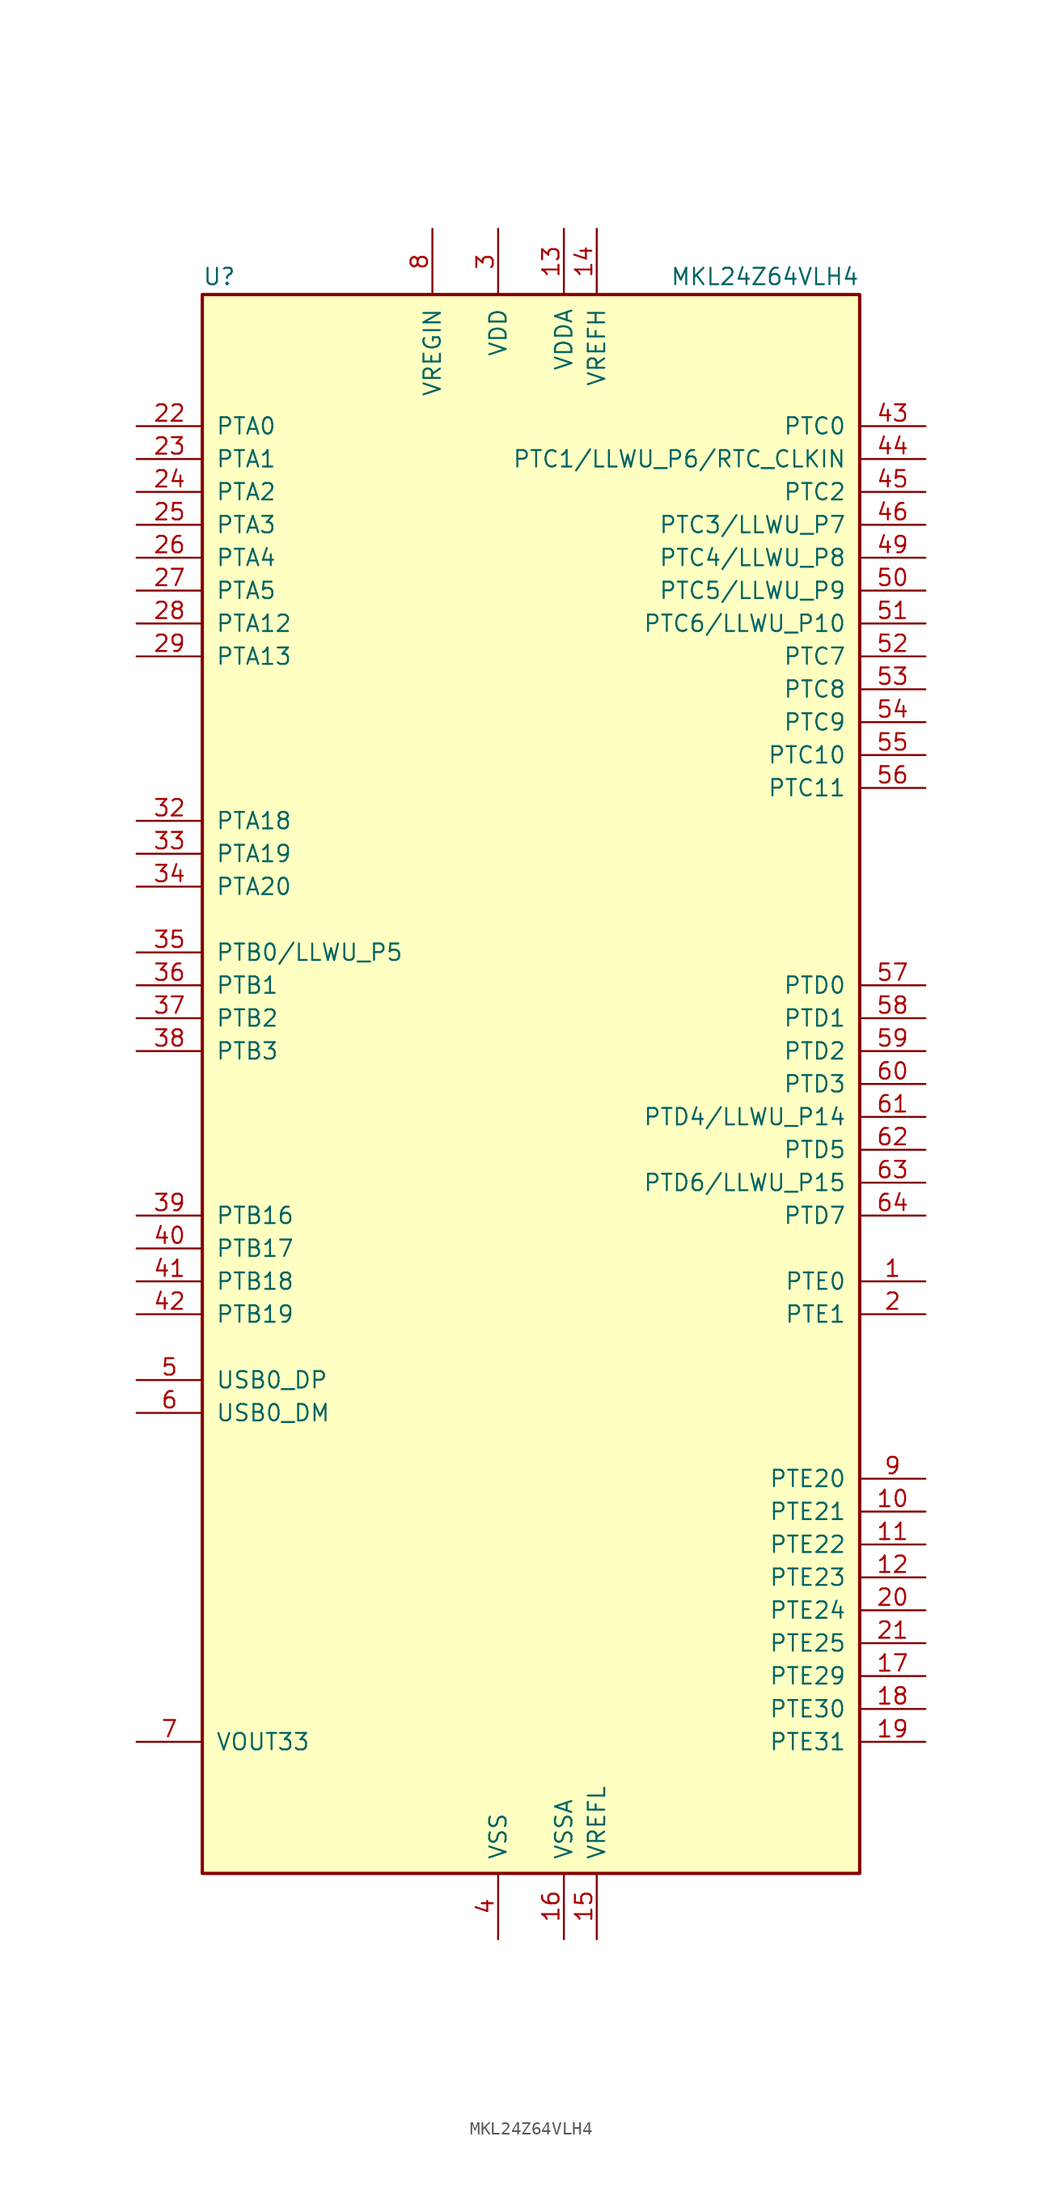
<source format=kicad_sym>
(kicad_symbol_lib
  (version 20231120)
  (generator "kicad_symbol_editor")
  (generator_version "8.0")
  (symbol "MKL24Z64VLH4"
    (pin_names
      (offset 1.016))
    (property "Reference" "U"
      (at -25.4 61.595 0)
      (effects (font (size 1.27 1.27)) (justify left bottom)))
    (property "Value" "MKL24Z64VLH4"
      (at 25.4 61.595 0)
      (effects (font (size 1.27 1.27)) (justify right bottom)))
    (symbol "MKL24Z64VLH4_0_1"
      (rectangle (start -25.4 60.96) (end 25.4 -60.96) (stroke (width 0.254) (type default)) (fill (type background))))
    (symbol "MKL24Z64VLH4_1_1"
      (pin bidirectional line (at 30.48 -15.24 180) (length 5.08) (name "PTE0" (effects (font (size 1.27 1.27)))) (number "1" (effects (font (size 1.27 1.27)))))
      (pin bidirectional line (at 30.48 -33.02 180) (length 5.08) (name "PTE21" (effects (font (size 1.27 1.27)))) (number "10" (effects (font (size 1.27 1.27)))))
      (pin bidirectional line (at 30.48 -35.56 180) (length 5.08) (name "PTE22" (effects (font (size 1.27 1.27)))) (number "11" (effects (font (size 1.27 1.27)))))
      (pin bidirectional line (at 30.48 -38.1 180) (length 5.08) (name "PTE23" (effects (font (size 1.27 1.27)))) (number "12" (effects (font (size 1.27 1.27)))))
      (pin power_in line (at 2.54 66.04 270) (length 5.08) (name "VDDA" (effects (font (size 1.27 1.27)))) (number "13" (effects (font (size 1.27 1.27)))))
      (pin power_in line (at 5.08 66.04 270) (length 5.08) (name "VREFH" (effects (font (size 1.27 1.27)))) (number "14" (effects (font (size 1.27 1.27)))))
      (pin power_in line (at 5.08 -66.04 90) (length 5.08) (name "VREFL" (effects (font (size 1.27 1.27)))) (number "15" (effects (font (size 1.27 1.27)))))
      (pin power_in line (at 2.54 -66.04 90) (length 5.08) (name "VSSA" (effects (font (size 1.27 1.27)))) (number "16" (effects (font (size 1.27 1.27)))))
      (pin bidirectional line (at 30.48 -45.72 180) (length 5.08) (name "PTE29" (effects (font (size 1.27 1.27)))) (number "17" (effects (font (size 1.27 1.27)))))
      (pin bidirectional line (at 30.48 -48.26 180) (length 5.08) (name "PTE30" (effects (font (size 1.27 1.27)))) (number "18" (effects (font (size 1.27 1.27)))))
      (pin bidirectional line (at 30.48 -50.8 180) (length 5.08) (name "PTE31" (effects (font (size 1.27 1.27)))) (number "19" (effects (font (size 1.27 1.27)))))
      (pin bidirectional line (at 30.48 -17.78 180) (length 5.08) (name "PTE1" (effects (font (size 1.27 1.27)))) (number "2" (effects (font (size 1.27 1.27)))))
      (pin bidirectional line (at 30.48 -40.64 180) (length 5.08) (name "PTE24" (effects (font (size 1.27 1.27)))) (number "20" (effects (font (size 1.27 1.27)))))
      (pin bidirectional line (at 30.48 -43.18 180) (length 5.08) (name "PTE25" (effects (font (size 1.27 1.27)))) (number "21" (effects (font (size 1.27 1.27)))))
      (pin bidirectional line (at -30.48 50.8 0) (length 5.08) (name "PTA0" (effects (font (size 1.27 1.27)))) (number "22" (effects (font (size 1.27 1.27)))))
      (pin bidirectional line (at -30.48 48.26 0) (length 5.08) (name "PTA1" (effects (font (size 1.27 1.27)))) (number "23" (effects (font (size 1.27 1.27)))))
      (pin bidirectional line (at -30.48 45.72 0) (length 5.08) (name "PTA2" (effects (font (size 1.27 1.27)))) (number "24" (effects (font (size 1.27 1.27)))))
      (pin bidirectional line (at -30.48 43.18 0) (length 5.08) (name "PTA3" (effects (font (size 1.27 1.27)))) (number "25" (effects (font (size 1.27 1.27)))))
      (pin bidirectional line (at -30.48 40.64 0) (length 5.08) (name "PTA4" (effects (font (size 1.27 1.27)))) (number "26" (effects (font (size 1.27 1.27)))))
      (pin bidirectional line (at -30.48 38.1 0) (length 5.08) (name "PTA5" (effects (font (size 1.27 1.27)))) (number "27" (effects (font (size 1.27 1.27)))))
      (pin bidirectional line (at -30.48 35.56 0) (length 5.08) (name "PTA12" (effects (font (size 1.27 1.27)))) (number "28" (effects (font (size 1.27 1.27)))))
      (pin bidirectional line (at -30.48 33.02 0) (length 5.08) (name "PTA13" (effects (font (size 1.27 1.27)))) (number "29" (effects (font (size 1.27 1.27)))))
      (pin power_in line (at -2.54 66.04 270) (length 5.08) (name "VDD" (effects (font (size 1.27 1.27)))) (number "3" (effects (font (size 1.27 1.27)))))
      (pin passive line (at -2.54 66.04 270) (length 5.08) hide (name "VDD" (effects (font (size 1.27 1.27)))) (number "30" (effects (font (size 1.27 1.27)))))
      (pin passive line (at -2.54 -66.04 90) (length 5.08) hide (name "VSS" (effects (font (size 1.27 1.27)))) (number "31" (effects (font (size 1.27 1.27)))))
      (pin bidirectional line (at -30.48 20.32 0) (length 5.08) (name "PTA18" (effects (font (size 1.27 1.27)))) (number "32" (effects (font (size 1.27 1.27)))))
      (pin bidirectional line (at -30.48 17.78 0) (length 5.08) (name "PTA19" (effects (font (size 1.27 1.27)))) (number "33" (effects (font (size 1.27 1.27)))))
      (pin bidirectional line (at -30.48 15.24 0) (length 5.08) (name "PTA20" (effects (font (size 1.27 1.27)))) (number "34" (effects (font (size 1.27 1.27)))))
      (pin bidirectional line (at -30.48 10.16 0) (length 5.08) (name "PTB0/LLWU_P5" (effects (font (size 1.27 1.27)))) (number "35" (effects (font (size 1.27 1.27)))))
      (pin bidirectional line (at -30.48 7.62 0) (length 5.08) (name "PTB1" (effects (font (size 1.27 1.27)))) (number "36" (effects (font (size 1.27 1.27)))))
      (pin bidirectional line (at -30.48 5.08 0) (length 5.08) (name "PTB2" (effects (font (size 1.27 1.27)))) (number "37" (effects (font (size 1.27 1.27)))))
      (pin bidirectional line (at -30.48 2.54 0) (length 5.08) (name "PTB3" (effects (font (size 1.27 1.27)))) (number "38" (effects (font (size 1.27 1.27)))))
      (pin bidirectional line (at -30.48 -10.16 0) (length 5.08) (name "PTB16" (effects (font (size 1.27 1.27)))) (number "39" (effects (font (size 1.27 1.27)))))
      (pin power_in line (at -2.54 -66.04 90) (length 5.08) (name "VSS" (effects (font (size 1.27 1.27)))) (number "4" (effects (font (size 1.27 1.27)))))
      (pin bidirectional line (at -30.48 -12.7 0) (length 5.08) (name "PTB17" (effects (font (size 1.27 1.27)))) (number "40" (effects (font (size 1.27 1.27)))))
      (pin bidirectional line (at -30.48 -15.24 0) (length 5.08) (name "PTB18" (effects (font (size 1.27 1.27)))) (number "41" (effects (font (size 1.27 1.27)))))
      (pin bidirectional line (at -30.48 -17.78 0) (length 5.08) (name "PTB19" (effects (font (size 1.27 1.27)))) (number "42" (effects (font (size 1.27 1.27)))))
      (pin bidirectional line (at 30.48 50.8 180) (length 5.08) (name "PTC0" (effects (font (size 1.27 1.27)))) (number "43" (effects (font (size 1.27 1.27)))))
      (pin bidirectional line (at 30.48 48.26 180) (length 5.08) (name "PTC1/LLWU_P6/RTC_CLKIN" (effects (font (size 1.27 1.27)))) (number "44" (effects (font (size 1.27 1.27)))))
      (pin bidirectional line (at 30.48 45.72 180) (length 5.08) (name "PTC2" (effects (font (size 1.27 1.27)))) (number "45" (effects (font (size 1.27 1.27)))))
      (pin bidirectional line (at 30.48 43.18 180) (length 5.08) (name "PTC3/LLWU_P7" (effects (font (size 1.27 1.27)))) (number "46" (effects (font (size 1.27 1.27)))))
      (pin passive line (at -2.54 -66.04 90) (length 5.08) hide (name "VSS" (effects (font (size 1.27 1.27)))) (number "47" (effects (font (size 1.27 1.27)))))
      (pin passive line (at -2.54 66.04 270) (length 5.08) hide (name "VDD" (effects (font (size 1.27 1.27)))) (number "48" (effects (font (size 1.27 1.27)))))
      (pin bidirectional line (at 30.48 40.64 180) (length 5.08) (name "PTC4/LLWU_P8" (effects (font (size 1.27 1.27)))) (number "49" (effects (font (size 1.27 1.27)))))
      (pin bidirectional line (at -30.48 -22.86 0) (length 5.08) (name "USB0_DP" (effects (font (size 1.27 1.27)))) (number "5" (effects (font (size 1.27 1.27)))))
      (pin bidirectional line (at 30.48 38.1 180) (length 5.08) (name "PTC5/LLWU_P9" (effects (font (size 1.27 1.27)))) (number "50" (effects (font (size 1.27 1.27)))))
      (pin bidirectional line (at 30.48 35.56 180) (length 5.08) (name "PTC6/LLWU_P10" (effects (font (size 1.27 1.27)))) (number "51" (effects (font (size 1.27 1.27)))))
      (pin bidirectional line (at 30.48 33.02 180) (length 5.08) (name "PTC7" (effects (font (size 1.27 1.27)))) (number "52" (effects (font (size 1.27 1.27)))))
      (pin bidirectional line (at 30.48 30.48 180) (length 5.08) (name "PTC8" (effects (font (size 1.27 1.27)))) (number "53" (effects (font (size 1.27 1.27)))))
      (pin bidirectional line (at 30.48 27.94 180) (length 5.08) (name "PTC9" (effects (font (size 1.27 1.27)))) (number "54" (effects (font (size 1.27 1.27)))))
      (pin bidirectional line (at 30.48 25.4 180) (length 5.08) (name "PTC10" (effects (font (size 1.27 1.27)))) (number "55" (effects (font (size 1.27 1.27)))))
      (pin bidirectional line (at 30.48 22.86 180) (length 5.08) (name "PTC11" (effects (font (size 1.27 1.27)))) (number "56" (effects (font (size 1.27 1.27)))))
      (pin bidirectional line (at 30.48 7.62 180) (length 5.08) (name "PTD0" (effects (font (size 1.27 1.27)))) (number "57" (effects (font (size 1.27 1.27)))))
      (pin bidirectional line (at 30.48 5.08 180) (length 5.08) (name "PTD1" (effects (font (size 1.27 1.27)))) (number "58" (effects (font (size 1.27 1.27)))))
      (pin bidirectional line (at 30.48 2.54 180) (length 5.08) (name "PTD2" (effects (font (size 1.27 1.27)))) (number "59" (effects (font (size 1.27 1.27)))))
      (pin bidirectional line (at -30.48 -25.4 0) (length 5.08) (name "USB0_DM" (effects (font (size 1.27 1.27)))) (number "6" (effects (font (size 1.27 1.27)))))
      (pin bidirectional line (at 30.48 0 180) (length 5.08) (name "PTD3" (effects (font (size 1.27 1.27)))) (number "60" (effects (font (size 1.27 1.27)))))
      (pin bidirectional line (at 30.48 -2.54 180) (length 5.08) (name "PTD4/LLWU_P14" (effects (font (size 1.27 1.27)))) (number "61" (effects (font (size 1.27 1.27)))))
      (pin bidirectional line (at 30.48 -5.08 180) (length 5.08) (name "PTD5" (effects (font (size 1.27 1.27)))) (number "62" (effects (font (size 1.27 1.27)))))
      (pin bidirectional line (at 30.48 -7.62 180) (length 5.08) (name "PTD6/LLWU_P15" (effects (font (size 1.27 1.27)))) (number "63" (effects (font (size 1.27 1.27)))))
      (pin bidirectional line (at 30.48 -10.16 180) (length 5.08) (name "PTD7" (effects (font (size 1.27 1.27)))) (number "64" (effects (font (size 1.27 1.27)))))
      (pin power_out line (at -30.48 -50.8 0) (length 5.08) (name "VOUT33" (effects (font (size 1.27 1.27)))) (number "7" (effects (font (size 1.27 1.27)))))
      (pin power_in line (at -7.62 66.04 270) (length 5.08) (name "VREGIN" (effects (font (size 1.27 1.27)))) (number "8" (effects (font (size 1.27 1.27)))))
      (pin bidirectional line (at 30.48 -30.48 180) (length 5.08) (name "PTE20" (effects (font (size 1.27 1.27)))) (number "9" (effects (font (size 1.27 1.27))))))))
</source>
